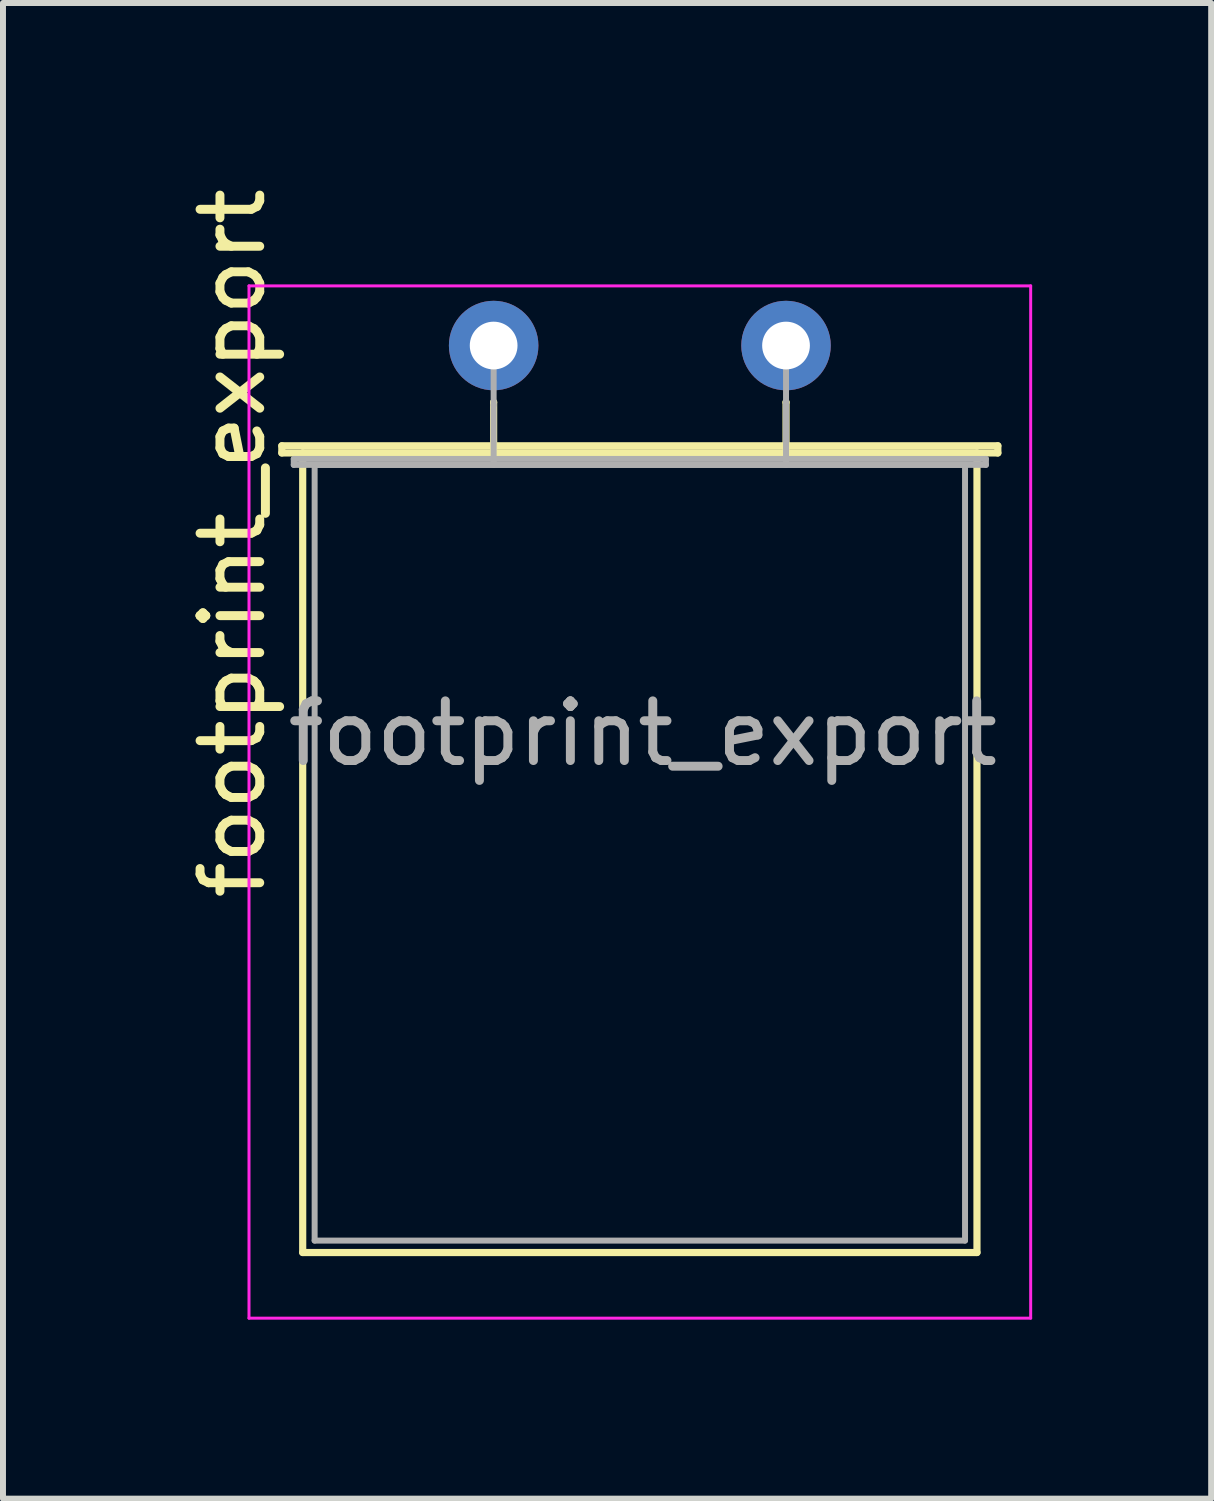
<source format=kicad_pcb>
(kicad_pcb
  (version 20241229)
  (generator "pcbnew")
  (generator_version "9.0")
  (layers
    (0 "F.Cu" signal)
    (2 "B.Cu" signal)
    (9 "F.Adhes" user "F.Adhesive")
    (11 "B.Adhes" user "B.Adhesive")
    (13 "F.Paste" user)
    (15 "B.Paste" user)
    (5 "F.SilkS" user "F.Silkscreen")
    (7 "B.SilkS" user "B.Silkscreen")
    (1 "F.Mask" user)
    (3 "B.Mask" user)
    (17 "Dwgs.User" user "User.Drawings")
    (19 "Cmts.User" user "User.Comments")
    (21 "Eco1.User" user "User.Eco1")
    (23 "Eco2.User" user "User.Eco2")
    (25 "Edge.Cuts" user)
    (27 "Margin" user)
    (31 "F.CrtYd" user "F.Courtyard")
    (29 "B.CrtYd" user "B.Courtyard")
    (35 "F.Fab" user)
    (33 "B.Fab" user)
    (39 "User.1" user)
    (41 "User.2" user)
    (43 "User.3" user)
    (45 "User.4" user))
  (footprint "footprint_export"
    (layer "F.Cu")
    (at 5.223 2.741)
    (property "Reference" "footprint_export" (at -4.375 3.312 90) (layer "F.SilkS") (effects (font (size 1 1) (thickness 0.15))))
    (attr through_hole)
    (fp_line (start -3.55 1.68) (end 8.45 1.68) (stroke (width 0.12) (type solid)) (layer "F.SilkS"))
    (fp_line (start -3.55 1.8) (end -3.55 1.68) (stroke (width 0.12) (type solid)) (layer "F.SilkS"))
    (fp_line (start -3.2 1.8) (end -3.2 15.2) (stroke (width 0.12) (type solid)) (layer "F.SilkS"))
    (fp_line (start -3.2 15.2) (end 8.1 15.2) (stroke (width 0.12) (type solid)) (layer "F.SilkS"))
    (fp_line (start 0 0.95) (end 0 0.95) (stroke (width 0.12) (type solid)) (layer "F.SilkS"))
    (fp_line (start 0 1.8) (end 0 0.95) (stroke (width 0.12) (type solid)) (layer "F.SilkS"))
    (fp_line (start 4.9 0.95) (end 4.9 0.95) (stroke (width 0.12) (type solid)) (layer "F.SilkS"))
    (fp_line (start 4.9 1.8) (end 4.9 0.95) (stroke (width 0.12) (type solid)) (layer "F.SilkS"))
    (fp_line (start 8.1 1.8) (end -3.2 1.8) (stroke (width 0.12) (type solid)) (layer "F.SilkS"))
    (fp_line (start 8.1 15.2) (end 8.1 1.8) (stroke (width 0.12) (type solid)) (layer "F.SilkS"))
    (fp_line (start 8.45 1.68) (end 8.45 1.8) (stroke (width 0.12) (type solid)) (layer "F.SilkS"))
    (fp_line (start 8.45 1.8) (end -3.55 1.8) (stroke (width 0.12) (type solid)) (layer "F.SilkS"))
    (fp_line (start -4.1 -1) (end -4.1 16.3) (stroke (width 0.05) (type solid)) (layer "F.CrtYd"))
    (fp_line (start -4.1 16.3) (end 9 16.3) (stroke (width 0.05) (type solid)) (layer "F.CrtYd"))
    (fp_line (start 9 -1) (end -4.1 -1) (stroke (width 0.05) (type solid)) (layer "F.CrtYd"))
    (fp_line (start 9 16.3) (end 9 -1) (stroke (width 0.05) (type solid)) (layer "F.CrtYd"))
    (fp_line (start -3.35 1.9) (end 8.25 1.9) (stroke (width 0.1) (type solid)) (layer "F.Fab"))
    (fp_line (start -3.35 2) (end -3.35 1.9) (stroke (width 0.1) (type solid)) (layer "F.Fab"))
    (fp_line (start -3 2) (end -3 15) (stroke (width 0.1) (type solid)) (layer "F.Fab"))
    (fp_line (start -3 15) (end 7.9 15) (stroke (width 0.1) (type solid)) (layer "F.Fab"))
    (fp_line (start 0 1) (end 0 0) (stroke (width 0.1) (type solid)) (layer "F.Fab"))
    (fp_line (start 0 2) (end 0 1) (stroke (width 0.1) (type solid)) (layer "F.Fab"))
    (fp_line (start 4.9 1) (end 4.9 0) (stroke (width 0.1) (type solid)) (layer "F.Fab"))
    (fp_line (start 4.9 2) (end 4.9 1) (stroke (width 0.1) (type solid)) (layer "F.Fab"))
    (fp_line (start 7.9 2) (end -3 2) (stroke (width 0.1) (type solid)) (layer "F.Fab"))
    (fp_line (start 7.9 15) (end 7.9 2) (stroke (width 0.1) (type solid)) (layer "F.Fab"))
    (fp_line (start 8.25 1.9) (end 8.25 2) (stroke (width 0.1) (type solid)) (layer "F.Fab"))
    (fp_line (start 8.25 2) (end -3.35 2) (stroke (width 0.1) (type solid)) (layer "F.Fab"))
    (fp_text user "${REFERENCE}" (at 2.5 6.5 0) (layer "F.Fab") (effects (font (size 1 1) (thickness 0.15))))
    (pad "1" thru_hole circle (at 0 0) (size 1.5 1.5) (drill 0.8) (layers "*.Cu" "*.Mask"))
    (pad "2" thru_hole circle (at 4.9 0) (size 1.5 1.5) (drill 0.8) (layers "*.Cu" "*.Mask")))
  (gr_rect
    (start -3 -3)
    (end 17.248 22.066)
    (stroke (width 0.1) (type default))
    (fill no)
    (layer "Edge.Cuts")))
</source>
